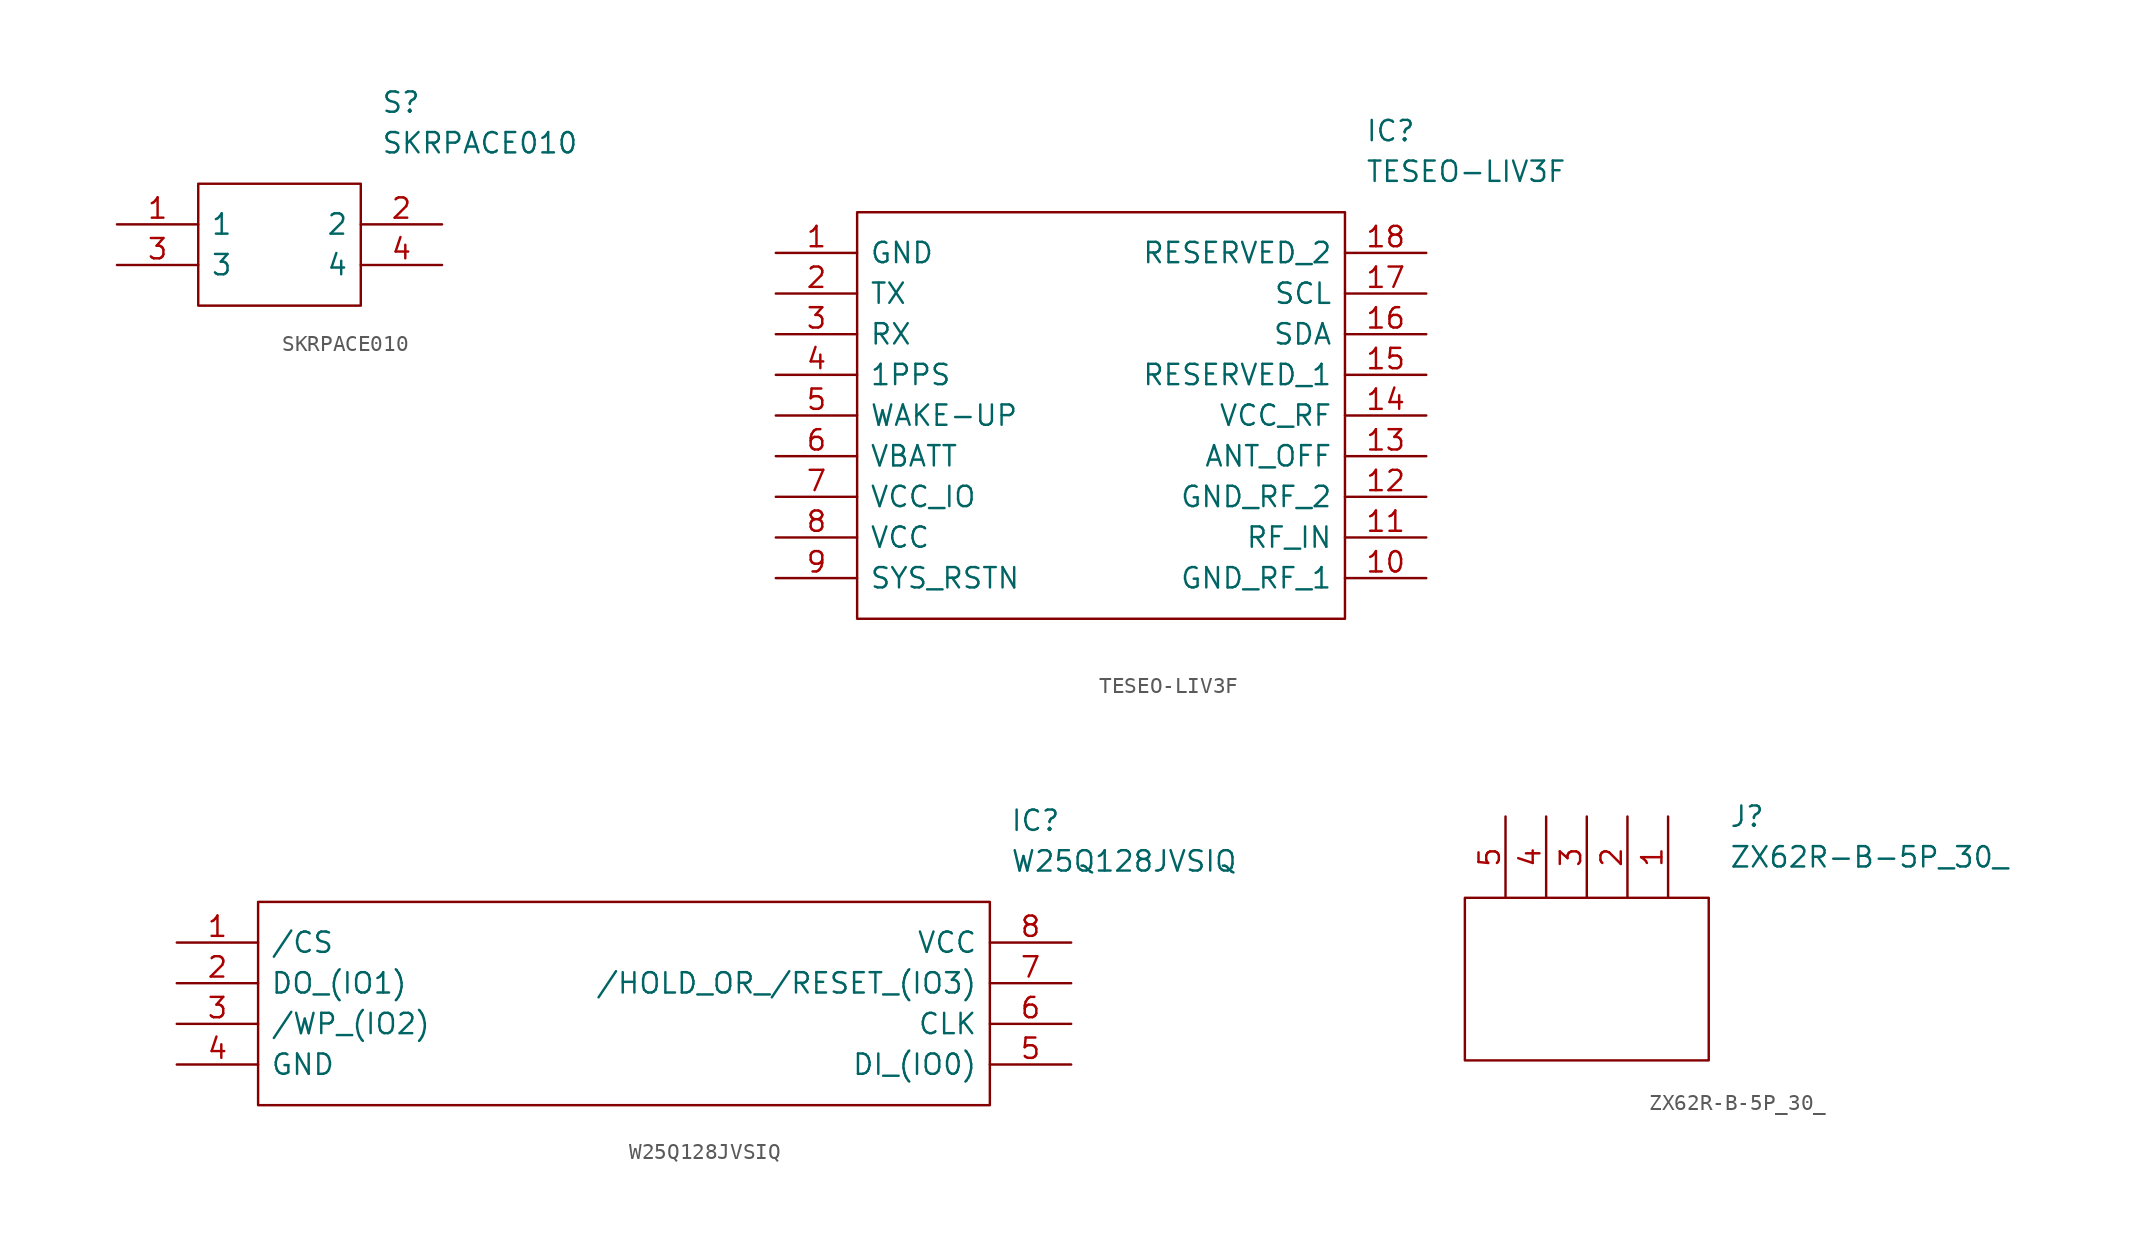
<source format=kicad_sym>
(kicad_symbol_lib
  (version 20211014)
  (generator kicad_symbol_editor)
  (symbol "SKRPACE010"
    (pin_names
      (offset 0.762))
    (property "Reference" "S"
      (at 16.51 7.62 0)
      (effects (font (size 1.27 1.27)) (justify left)))
    (property "Value" "SKRPACE010"
      (at 16.51 5.08 0)
      (effects (font (size 1.27 1.27)) (justify left)))
    (symbol "SKRPACE010_0_0"
      (pin passive line (at 0 0 0) (length 5.08) (name "1" (effects (font (size 1.27 1.27)))) (number "1" (effects (font (size 1.27 1.27)))))
      (pin passive line (at 20.32 0 180) (length 5.08) (name "2" (effects (font (size 1.27 1.27)))) (number "2" (effects (font (size 1.27 1.27)))))
      (pin passive line (at 0 -2.54 0) (length 5.08) (name "3" (effects (font (size 1.27 1.27)))) (number "3" (effects (font (size 1.27 1.27)))))
      (pin passive line (at 20.32 -2.54 180) (length 5.08) (name "4" (effects (font (size 1.27 1.27)))) (number "4" (effects (font (size 1.27 1.27))))))
    (symbol "SKRPACE010_0_1"
      (polyline (pts (xy 5.08 2.54) (xy 15.24 2.54) (xy 15.24 -5.08) (xy 5.08 -5.08) (xy 5.08 2.54)) (stroke (width 0.152) (type default) (color 0 0 0 0)) (fill (type none)))))
  (symbol "TESEO-LIV3F"
    (pin_names
      (offset 0.762))
    (property "Reference" "IC"
      (at 36.83 7.62 0)
      (effects (font (size 1.27 1.27)) (justify left)))
    (property "Value" "TESEO-LIV3F"
      (at 36.83 5.08 0)
      (effects (font (size 1.27 1.27)) (justify left)))
    (symbol "TESEO-LIV3F_0_0"
      (pin passive line (at 0 0 0) (length 5.08) (name "GND" (effects (font (size 1.27 1.27)))) (number "1" (effects (font (size 1.27 1.27)))))
      (pin passive line (at 40.64 -20.32 180) (length 5.08) (name "GND_RF_1" (effects (font (size 1.27 1.27)))) (number "10" (effects (font (size 1.27 1.27)))))
      (pin passive line (at 40.64 -17.78 180) (length 5.08) (name "RF_IN" (effects (font (size 1.27 1.27)))) (number "11" (effects (font (size 1.27 1.27)))))
      (pin passive line (at 40.64 -15.24 180) (length 5.08) (name "GND_RF_2" (effects (font (size 1.27 1.27)))) (number "12" (effects (font (size 1.27 1.27)))))
      (pin passive line (at 40.64 -12.7 180) (length 5.08) (name "ANT_OFF" (effects (font (size 1.27 1.27)))) (number "13" (effects (font (size 1.27 1.27)))))
      (pin passive line (at 40.64 -10.16 180) (length 5.08) (name "VCC_RF" (effects (font (size 1.27 1.27)))) (number "14" (effects (font (size 1.27 1.27)))))
      (pin passive line (at 40.64 -7.62 180) (length 5.08) (name "RESERVED_1" (effects (font (size 1.27 1.27)))) (number "15" (effects (font (size 1.27 1.27)))))
      (pin passive line (at 40.64 -5.08 180) (length 5.08) (name "SDA" (effects (font (size 1.27 1.27)))) (number "16" (effects (font (size 1.27 1.27)))))
      (pin passive line (at 40.64 -2.54 180) (length 5.08) (name "SCL" (effects (font (size 1.27 1.27)))) (number "17" (effects (font (size 1.27 1.27)))))
      (pin passive line (at 40.64 0 180) (length 5.08) (name "RESERVED_2" (effects (font (size 1.27 1.27)))) (number "18" (effects (font (size 1.27 1.27)))))
      (pin passive line (at 0 -2.54 0) (length 5.08) (name "TX" (effects (font (size 1.27 1.27)))) (number "2" (effects (font (size 1.27 1.27)))))
      (pin passive line (at 0 -5.08 0) (length 5.08) (name "RX" (effects (font (size 1.27 1.27)))) (number "3" (effects (font (size 1.27 1.27)))))
      (pin passive line (at 0 -7.62 0) (length 5.08) (name "1PPS" (effects (font (size 1.27 1.27)))) (number "4" (effects (font (size 1.27 1.27)))))
      (pin passive line (at 0 -10.16 0) (length 5.08) (name "WAKE-UP" (effects (font (size 1.27 1.27)))) (number "5" (effects (font (size 1.27 1.27)))))
      (pin passive line (at 0 -12.7 0) (length 5.08) (name "VBATT" (effects (font (size 1.27 1.27)))) (number "6" (effects (font (size 1.27 1.27)))))
      (pin passive line (at 0 -15.24 0) (length 5.08) (name "VCC_IO" (effects (font (size 1.27 1.27)))) (number "7" (effects (font (size 1.27 1.27)))))
      (pin passive line (at 0 -17.78 0) (length 5.08) (name "VCC" (effects (font (size 1.27 1.27)))) (number "8" (effects (font (size 1.27 1.27)))))
      (pin passive line (at 0 -20.32 0) (length 5.08) (name "SYS_RSTN" (effects (font (size 1.27 1.27)))) (number "9" (effects (font (size 1.27 1.27))))))
    (symbol "TESEO-LIV3F_0_1"
      (polyline (pts (xy 5.08 2.54) (xy 35.56 2.54) (xy 35.56 -22.86) (xy 5.08 -22.86) (xy 5.08 2.54)) (stroke (width 0.152) (type default) (color 0 0 0 0)) (fill (type none)))))
  (symbol "W25Q128JVSIQ"
    (pin_names
      (offset 0.762))
    (property "Reference" "IC"
      (at 52.07 7.62 0)
      (effects (font (size 1.27 1.27)) (justify left)))
    (property "Value" "W25Q128JVSIQ"
      (at 52.07 5.08 0)
      (effects (font (size 1.27 1.27)) (justify left)))
    (symbol "W25Q128JVSIQ_0_0"
      (pin passive line (at 0 0 0) (length 5.08) (name "/CS" (effects (font (size 1.27 1.27)))) (number "1" (effects (font (size 1.27 1.27)))))
      (pin passive line (at 0 -2.54 0) (length 5.08) (name "DO_(IO1)" (effects (font (size 1.27 1.27)))) (number "2" (effects (font (size 1.27 1.27)))))
      (pin passive line (at 0 -5.08 0) (length 5.08) (name "/WP_(IO2)" (effects (font (size 1.27 1.27)))) (number "3" (effects (font (size 1.27 1.27)))))
      (pin passive line (at 0 -7.62 0) (length 5.08) (name "GND" (effects (font (size 1.27 1.27)))) (number "4" (effects (font (size 1.27 1.27)))))
      (pin passive line (at 55.88 -7.62 180) (length 5.08) (name "DI_(IO0)" (effects (font (size 1.27 1.27)))) (number "5" (effects (font (size 1.27 1.27)))))
      (pin passive line (at 55.88 -5.08 180) (length 5.08) (name "CLK" (effects (font (size 1.27 1.27)))) (number "6" (effects (font (size 1.27 1.27)))))
      (pin passive line (at 55.88 -2.54 180) (length 5.08) (name "/HOLD_OR_/RESET_(IO3)" (effects (font (size 1.27 1.27)))) (number "7" (effects (font (size 1.27 1.27)))))
      (pin passive line (at 55.88 0 180) (length 5.08) (name "VCC" (effects (font (size 1.27 1.27)))) (number "8" (effects (font (size 1.27 1.27))))))
    (symbol "W25Q128JVSIQ_0_1"
      (polyline (pts (xy 5.08 2.54) (xy 50.8 2.54) (xy 50.8 -10.16) (xy 5.08 -10.16) (xy 5.08 2.54)) (stroke (width 0.152) (type default) (color 0 0 0 0)) (fill (type none)))))
  (symbol "ZX62R-B-5P_30_"
    (pin_names
      (offset 0.762))
    (property "Reference" "J"
      (at 13.97 0 0)
      (effects (font (size 1.27 1.27)) (justify left)))
    (property "Value" "ZX62R-B-5P_30_"
      (at 13.97 -2.54 0)
      (effects (font (size 1.27 1.27)) (justify left)))
    (symbol "ZX62R-B-5P_30__0_0"
      (pin passive line (at 10.16 0 270) (length 5.08) (name "~" (effects (font (size 1.27 1.27)))) (number "1" (effects (font (size 1.27 1.27)))))
      (pin passive line (at 7.62 0 270) (length 5.08) (name "~" (effects (font (size 1.27 1.27)))) (number "2" (effects (font (size 1.27 1.27)))))
      (pin passive line (at 5.08 0 270) (length 5.08) (name "~" (effects (font (size 1.27 1.27)))) (number "3" (effects (font (size 1.27 1.27)))))
      (pin passive line (at 2.54 0 270) (length 5.08) (name "~" (effects (font (size 1.27 1.27)))) (number "4" (effects (font (size 1.27 1.27)))))
      (pin passive line (at 0 0 270) (length 5.08) (name "~" (effects (font (size 1.27 1.27)))) (number "5" (effects (font (size 1.27 1.27))))))
    (symbol "ZX62R-B-5P_30__0_1"
      (polyline (pts (xy -2.54 -5.08) (xy 12.7 -5.08) (xy 12.7 -15.24) (xy -2.54 -15.24) (xy -2.54 -5.08)) (stroke (width 0.152) (type default) (color 0 0 0 0)) (fill (type none))))))
</source>
